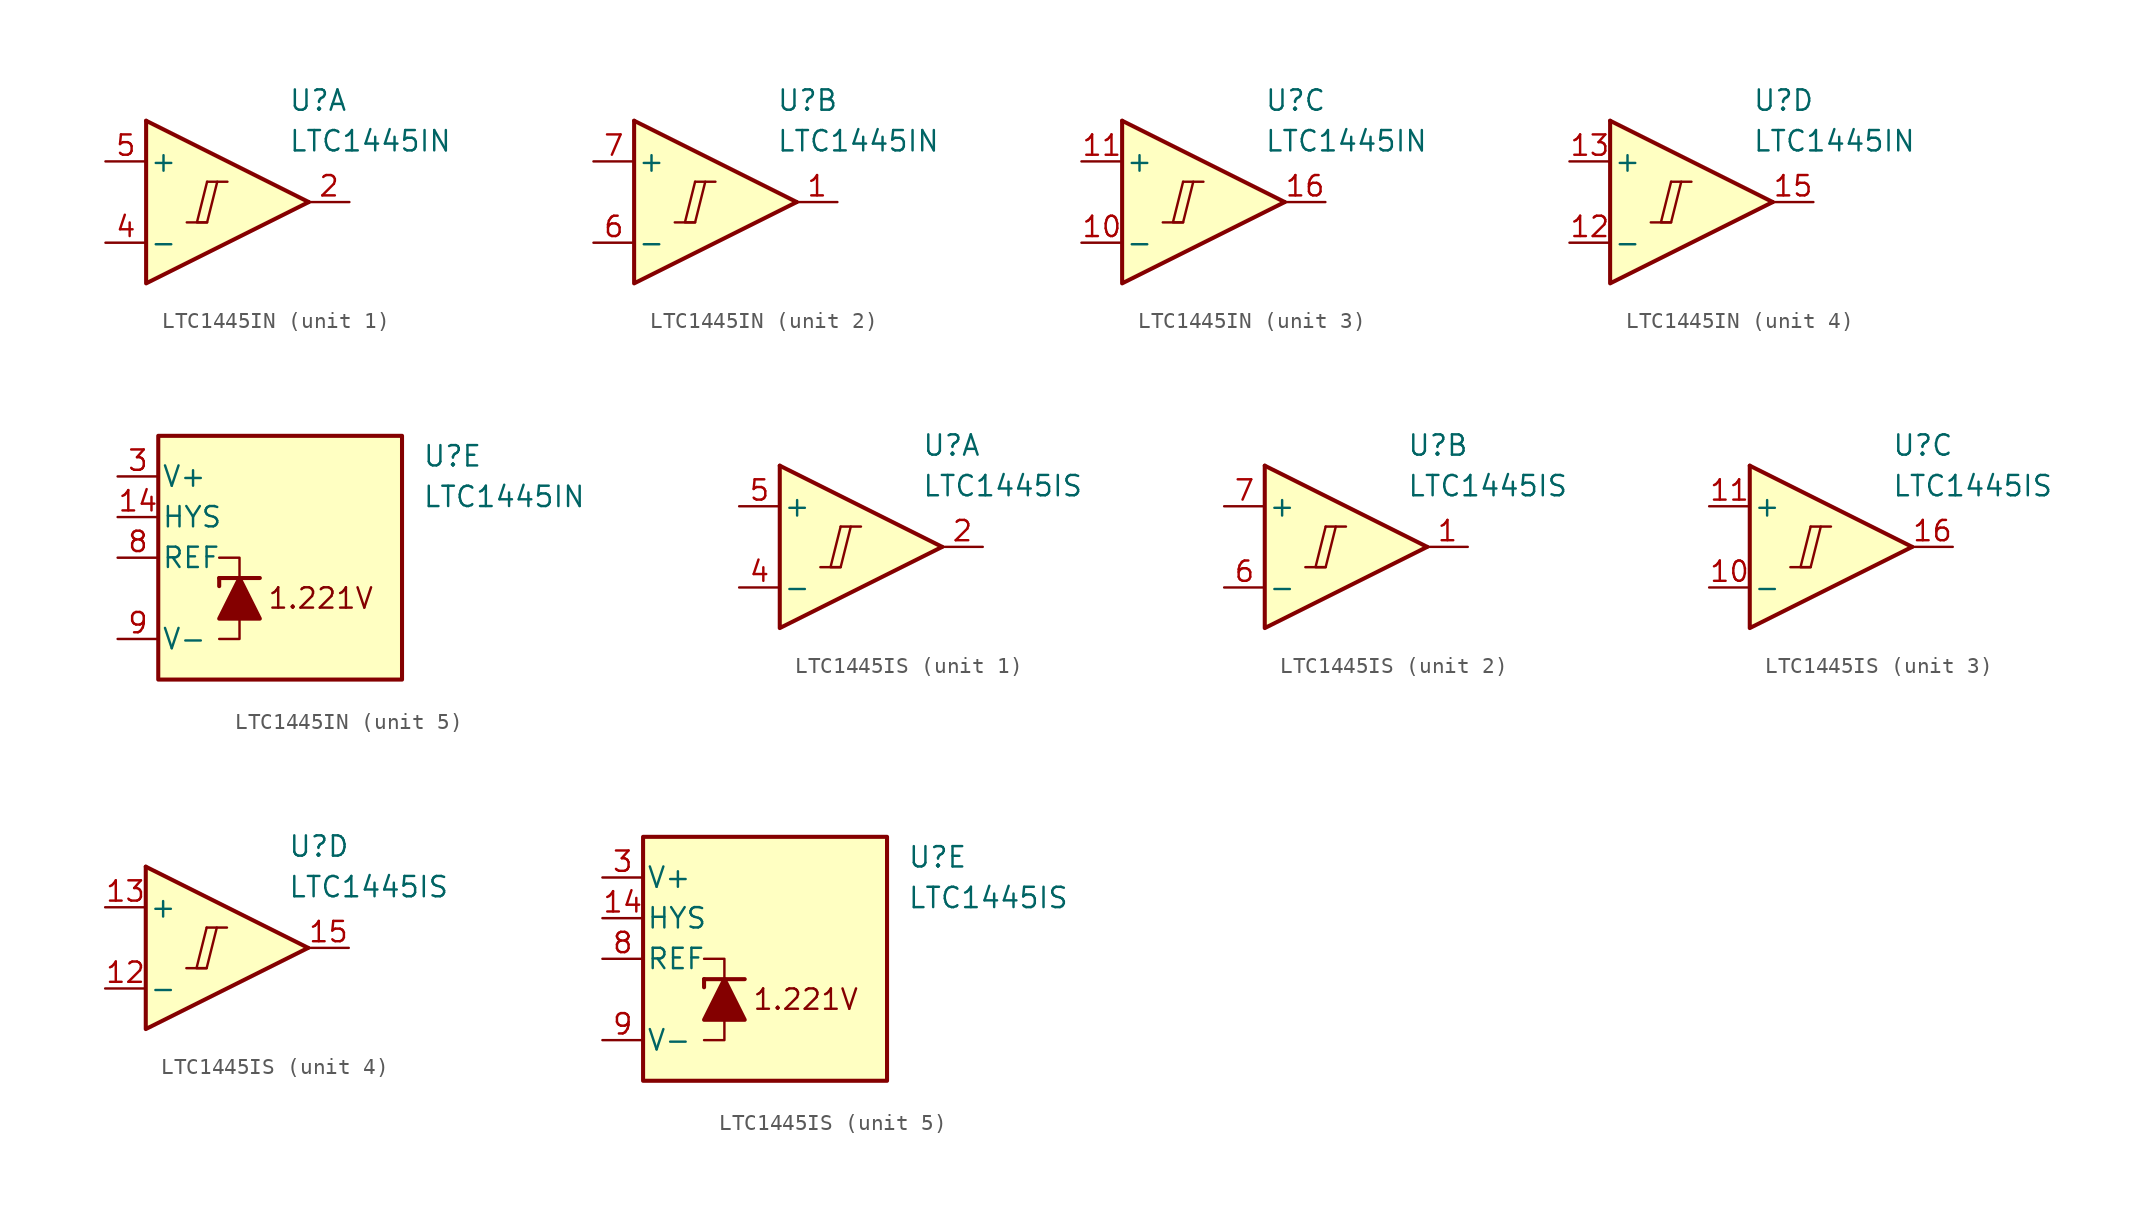
<source format=kicad_sym>
(kicad_symbol_lib
  (version 20231120)
  (generator "kicad_symbol_editor")
  (generator_version "8.0")
  (symbol "LTC1445IN"
    (pin_names
      (offset 0.2))
    (property "Reference" "U"
      (at 5.08 6.35 0)
      (effects (font (size 1.27 1.27)) (justify left)))
    (property "Value" "LTC1445IN"
      (at 5.08 3.81 0)
      (effects (font (size 1.27 1.27)) (justify left)))
    (property "ki_locked" ""
      (at 0 0 0)
      (effects (font (size 1.27 1.27))))
    (symbol "LTC1445IN_1_0"
      (polyline (pts (xy -1.27 -1.27) (xy 0 -1.27)) (stroke (width 0.152) (type default)) (fill (type none)))
      (polyline (pts (xy 0 1.27) (xy 1.27 1.27)) (stroke (width 0.152) (type default)) (fill (type none)))
      (polyline (pts (xy 0 1.27) (xy -0.635 -1.27) (xy 0 -1.27) (xy 0.635 1.27)) (stroke (width 0.152) (type default)) (fill (type none))))
    (symbol "LTC1445IN_1_1"
      (polyline (pts (xy -3.81 5.08) (xy 6.35 0)) (stroke (width 0.254) (type default)) (fill (type none)))
      (polyline (pts (xy -3.81 5.08) (xy -3.81 -5.08) (xy 6.35 0)) (stroke (width 0.254) (type default)) (fill (type background)))
      (pin output line (at 8.89 0 180) (length 2.54) (name "~" (effects (font (size 1.27 1.27)))) (number "2" (effects (font (size 1.27 1.27)))))
      (pin input line (at -6.35 -2.54 0) (length 2.54) (name "-" (effects (font (size 1.27 1.27)))) (number "4" (effects (font (size 1.27 1.27)))))
      (pin input line (at -6.35 2.54 0) (length 2.54) (name "+" (effects (font (size 1.27 1.27)))) (number "5" (effects (font (size 1.27 1.27))))))
    (symbol "LTC1445IN_2_0"
      (polyline (pts (xy -1.27 -1.27) (xy 0 -1.27)) (stroke (width 0.152) (type default)) (fill (type none)))
      (polyline (pts (xy 0 1.27) (xy 1.27 1.27)) (stroke (width 0.152) (type default)) (fill (type none)))
      (polyline (pts (xy 0 1.27) (xy -0.635 -1.27) (xy 0 -1.27) (xy 0.635 1.27)) (stroke (width 0.152) (type default)) (fill (type none))))
    (symbol "LTC1445IN_2_1"
      (polyline (pts (xy -3.81 5.08) (xy 6.35 0)) (stroke (width 0.254) (type default)) (fill (type none)))
      (polyline (pts (xy -3.81 5.08) (xy -3.81 -5.08) (xy 6.35 0)) (stroke (width 0.254) (type default)) (fill (type background)))
      (pin output line (at 8.89 0 180) (length 2.54) (name "~" (effects (font (size 1.27 1.27)))) (number "1" (effects (font (size 1.27 1.27)))))
      (pin input line (at -6.35 -2.54 0) (length 2.54) (name "-" (effects (font (size 1.27 1.27)))) (number "6" (effects (font (size 1.27 1.27)))))
      (pin input line (at -6.35 2.54 0) (length 2.54) (name "+" (effects (font (size 1.27 1.27)))) (number "7" (effects (font (size 1.27 1.27))))))
    (symbol "LTC1445IN_3_0"
      (polyline (pts (xy -1.27 -1.27) (xy 0 -1.27)) (stroke (width 0.152) (type default)) (fill (type none)))
      (polyline (pts (xy 0 1.27) (xy 1.27 1.27)) (stroke (width 0.152) (type default)) (fill (type none)))
      (polyline (pts (xy 0 1.27) (xy -0.635 -1.27) (xy 0 -1.27) (xy 0.635 1.27)) (stroke (width 0.152) (type default)) (fill (type none))))
    (symbol "LTC1445IN_3_1"
      (polyline (pts (xy -3.81 5.08) (xy 6.35 0)) (stroke (width 0.254) (type default)) (fill (type none)))
      (polyline (pts (xy -3.81 5.08) (xy -3.81 -5.08) (xy 6.35 0)) (stroke (width 0.254) (type default)) (fill (type background)))
      (pin input line (at -6.35 -2.54 0) (length 2.54) (name "-" (effects (font (size 1.27 1.27)))) (number "10" (effects (font (size 1.27 1.27)))))
      (pin input line (at -6.35 2.54 0) (length 2.54) (name "+" (effects (font (size 1.27 1.27)))) (number "11" (effects (font (size 1.27 1.27)))))
      (pin output line (at 8.89 0 180) (length 2.54) (name "~" (effects (font (size 1.27 1.27)))) (number "16" (effects (font (size 1.27 1.27))))))
    (symbol "LTC1445IN_4_0"
      (polyline (pts (xy -1.27 -1.27) (xy 0 -1.27)) (stroke (width 0.152) (type default)) (fill (type none)))
      (polyline (pts (xy 0 1.27) (xy 1.27 1.27)) (stroke (width 0.152) (type default)) (fill (type none)))
      (polyline (pts (xy 0 1.27) (xy -0.635 -1.27) (xy 0 -1.27) (xy 0.635 1.27)) (stroke (width 0.152) (type default)) (fill (type none))))
    (symbol "LTC1445IN_4_1"
      (polyline (pts (xy -3.81 5.08) (xy 6.35 0)) (stroke (width 0.254) (type default)) (fill (type none)))
      (polyline (pts (xy -3.81 5.08) (xy -3.81 -5.08) (xy 6.35 0)) (stroke (width 0.254) (type default)) (fill (type background)))
      (pin input line (at -6.35 -2.54 0) (length 2.54) (name "-" (effects (font (size 1.27 1.27)))) (number "12" (effects (font (size 1.27 1.27)))))
      (pin input line (at -6.35 2.54 0) (length 2.54) (name "+" (effects (font (size 1.27 1.27)))) (number "13" (effects (font (size 1.27 1.27)))))
      (pin output line (at 8.89 0 180) (length 2.54) (name "~" (effects (font (size 1.27 1.27)))) (number "15" (effects (font (size 1.27 1.27))))))
    (symbol "LTC1445IN_5_0"
      (text "1.221V" (at -1.27 -2.54 0) (effects (font (size 1.27 1.27)))))
    (symbol "LTC1445IN_5_1"
      (rectangle (start -11.43 7.62) (end 3.81 -7.62) (stroke (width 0.254) (type default)) (fill (type background)))
      (polyline (pts (xy -7.62 -1.27) (xy -7.62 -1.778)) (stroke (width 0.254) (type default)) (fill (type none)))
      (polyline (pts (xy -7.62 -1.27) (xy -5.08 -1.27)) (stroke (width 0.254) (type default)) (fill (type none)))
      (polyline (pts (xy -6.35 -3.81) (xy -6.35 -5.08) (xy -7.62 -5.08)) (stroke (width 0) (type default)) (fill (type none)))
      (polyline (pts (xy -6.35 -1.27) (xy -6.35 0) (xy -7.62 0)) (stroke (width 0) (type default)) (fill (type none)))
      (polyline (pts (xy -5.08 -3.81) (xy -7.62 -3.81) (xy -6.35 -1.27) (xy -5.08 -3.81)) (stroke (width 0.254) (type default)) (fill (type outline)))
      (pin input line (at -13.97 2.54 0) (length 2.54) (name "HYS" (effects (font (size 1.27 1.27)))) (number "14" (effects (font (size 1.27 1.27)))))
      (pin power_in line (at -13.97 5.08 0) (length 2.54) (name "V+" (effects (font (size 1.27 1.27)))) (number "3" (effects (font (size 1.27 1.27)))))
      (pin output line (at -13.97 0 0) (length 2.54) (name "REF" (effects (font (size 1.27 1.27)))) (number "8" (effects (font (size 1.27 1.27)))))
      (pin power_in line (at -13.97 -5.08 0) (length 2.54) (name "V-" (effects (font (size 1.27 1.27)))) (number "9" (effects (font (size 1.27 1.27)))))))
  (symbol "LTC1445IS"
    (pin_names
      (offset 0.2))
    (property "Reference" "U"
      (at 5.08 6.35 0)
      (effects (font (size 1.27 1.27)) (justify left)))
    (property "Value" "LTC1445IS"
      (at 5.08 3.81 0)
      (effects (font (size 1.27 1.27)) (justify left)))
    (property "ki_locked" ""
      (at 0 0 0)
      (effects (font (size 1.27 1.27))))
    (symbol "LTC1445IS_1_0"
      (polyline (pts (xy -1.27 -1.27) (xy 0 -1.27)) (stroke (width 0.152) (type default)) (fill (type none)))
      (polyline (pts (xy 0 1.27) (xy 1.27 1.27)) (stroke (width 0.152) (type default)) (fill (type none)))
      (polyline (pts (xy 0 1.27) (xy -0.635 -1.27) (xy 0 -1.27) (xy 0.635 1.27)) (stroke (width 0.152) (type default)) (fill (type none))))
    (symbol "LTC1445IS_1_1"
      (polyline (pts (xy -3.81 5.08) (xy 6.35 0)) (stroke (width 0.254) (type default)) (fill (type none)))
      (polyline (pts (xy -3.81 5.08) (xy -3.81 -5.08) (xy 6.35 0)) (stroke (width 0.254) (type default)) (fill (type background)))
      (pin output line (at 8.89 0 180) (length 2.54) (name "~" (effects (font (size 1.27 1.27)))) (number "2" (effects (font (size 1.27 1.27)))))
      (pin input line (at -6.35 -2.54 0) (length 2.54) (name "-" (effects (font (size 1.27 1.27)))) (number "4" (effects (font (size 1.27 1.27)))))
      (pin input line (at -6.35 2.54 0) (length 2.54) (name "+" (effects (font (size 1.27 1.27)))) (number "5" (effects (font (size 1.27 1.27))))))
    (symbol "LTC1445IS_2_0"
      (polyline (pts (xy -1.27 -1.27) (xy 0 -1.27)) (stroke (width 0.152) (type default)) (fill (type none)))
      (polyline (pts (xy 0 1.27) (xy 1.27 1.27)) (stroke (width 0.152) (type default)) (fill (type none)))
      (polyline (pts (xy 0 1.27) (xy -0.635 -1.27) (xy 0 -1.27) (xy 0.635 1.27)) (stroke (width 0.152) (type default)) (fill (type none))))
    (symbol "LTC1445IS_2_1"
      (polyline (pts (xy -3.81 5.08) (xy 6.35 0)) (stroke (width 0.254) (type default)) (fill (type none)))
      (polyline (pts (xy -3.81 5.08) (xy -3.81 -5.08) (xy 6.35 0)) (stroke (width 0.254) (type default)) (fill (type background)))
      (pin output line (at 8.89 0 180) (length 2.54) (name "~" (effects (font (size 1.27 1.27)))) (number "1" (effects (font (size 1.27 1.27)))))
      (pin input line (at -6.35 -2.54 0) (length 2.54) (name "-" (effects (font (size 1.27 1.27)))) (number "6" (effects (font (size 1.27 1.27)))))
      (pin input line (at -6.35 2.54 0) (length 2.54) (name "+" (effects (font (size 1.27 1.27)))) (number "7" (effects (font (size 1.27 1.27))))))
    (symbol "LTC1445IS_3_0"
      (polyline (pts (xy -1.27 -1.27) (xy 0 -1.27)) (stroke (width 0.152) (type default)) (fill (type none)))
      (polyline (pts (xy 0 1.27) (xy 1.27 1.27)) (stroke (width 0.152) (type default)) (fill (type none)))
      (polyline (pts (xy 0 1.27) (xy -0.635 -1.27) (xy 0 -1.27) (xy 0.635 1.27)) (stroke (width 0.152) (type default)) (fill (type none))))
    (symbol "LTC1445IS_3_1"
      (polyline (pts (xy -3.81 5.08) (xy 6.35 0)) (stroke (width 0.254) (type default)) (fill (type none)))
      (polyline (pts (xy -3.81 5.08) (xy -3.81 -5.08) (xy 6.35 0)) (stroke (width 0.254) (type default)) (fill (type background)))
      (pin input line (at -6.35 -2.54 0) (length 2.54) (name "-" (effects (font (size 1.27 1.27)))) (number "10" (effects (font (size 1.27 1.27)))))
      (pin input line (at -6.35 2.54 0) (length 2.54) (name "+" (effects (font (size 1.27 1.27)))) (number "11" (effects (font (size 1.27 1.27)))))
      (pin output line (at 8.89 0 180) (length 2.54) (name "~" (effects (font (size 1.27 1.27)))) (number "16" (effects (font (size 1.27 1.27))))))
    (symbol "LTC1445IS_4_0"
      (polyline (pts (xy -1.27 -1.27) (xy 0 -1.27)) (stroke (width 0.152) (type default)) (fill (type none)))
      (polyline (pts (xy 0 1.27) (xy 1.27 1.27)) (stroke (width 0.152) (type default)) (fill (type none)))
      (polyline (pts (xy 0 1.27) (xy -0.635 -1.27) (xy 0 -1.27) (xy 0.635 1.27)) (stroke (width 0.152) (type default)) (fill (type none))))
    (symbol "LTC1445IS_4_1"
      (polyline (pts (xy -3.81 5.08) (xy 6.35 0)) (stroke (width 0.254) (type default)) (fill (type none)))
      (polyline (pts (xy -3.81 5.08) (xy -3.81 -5.08) (xy 6.35 0)) (stroke (width 0.254) (type default)) (fill (type background)))
      (pin input line (at -6.35 -2.54 0) (length 2.54) (name "-" (effects (font (size 1.27 1.27)))) (number "12" (effects (font (size 1.27 1.27)))))
      (pin input line (at -6.35 2.54 0) (length 2.54) (name "+" (effects (font (size 1.27 1.27)))) (number "13" (effects (font (size 1.27 1.27)))))
      (pin output line (at 8.89 0 180) (length 2.54) (name "~" (effects (font (size 1.27 1.27)))) (number "15" (effects (font (size 1.27 1.27))))))
    (symbol "LTC1445IS_5_0"
      (text "1.221V" (at -1.27 -2.54 0) (effects (font (size 1.27 1.27)))))
    (symbol "LTC1445IS_5_1"
      (rectangle (start -11.43 7.62) (end 3.81 -7.62) (stroke (width 0.254) (type default)) (fill (type background)))
      (polyline (pts (xy -7.62 -1.27) (xy -7.62 -1.778)) (stroke (width 0.254) (type default)) (fill (type none)))
      (polyline (pts (xy -7.62 -1.27) (xy -5.08 -1.27)) (stroke (width 0.254) (type default)) (fill (type none)))
      (polyline (pts (xy -6.35 -3.81) (xy -6.35 -5.08) (xy -7.62 -5.08)) (stroke (width 0) (type default)) (fill (type none)))
      (polyline (pts (xy -6.35 -1.27) (xy -6.35 0) (xy -7.62 0)) (stroke (width 0) (type default)) (fill (type none)))
      (polyline (pts (xy -5.08 -3.81) (xy -7.62 -3.81) (xy -6.35 -1.27) (xy -5.08 -3.81)) (stroke (width 0.254) (type default)) (fill (type outline)))
      (pin input line (at -13.97 2.54 0) (length 2.54) (name "HYS" (effects (font (size 1.27 1.27)))) (number "14" (effects (font (size 1.27 1.27)))))
      (pin power_in line (at -13.97 5.08 0) (length 2.54) (name "V+" (effects (font (size 1.27 1.27)))) (number "3" (effects (font (size 1.27 1.27)))))
      (pin output line (at -13.97 0 0) (length 2.54) (name "REF" (effects (font (size 1.27 1.27)))) (number "8" (effects (font (size 1.27 1.27)))))
      (pin power_in line (at -13.97 -5.08 0) (length 2.54) (name "V-" (effects (font (size 1.27 1.27)))) (number "9" (effects (font (size 1.27 1.27))))))))
</source>
